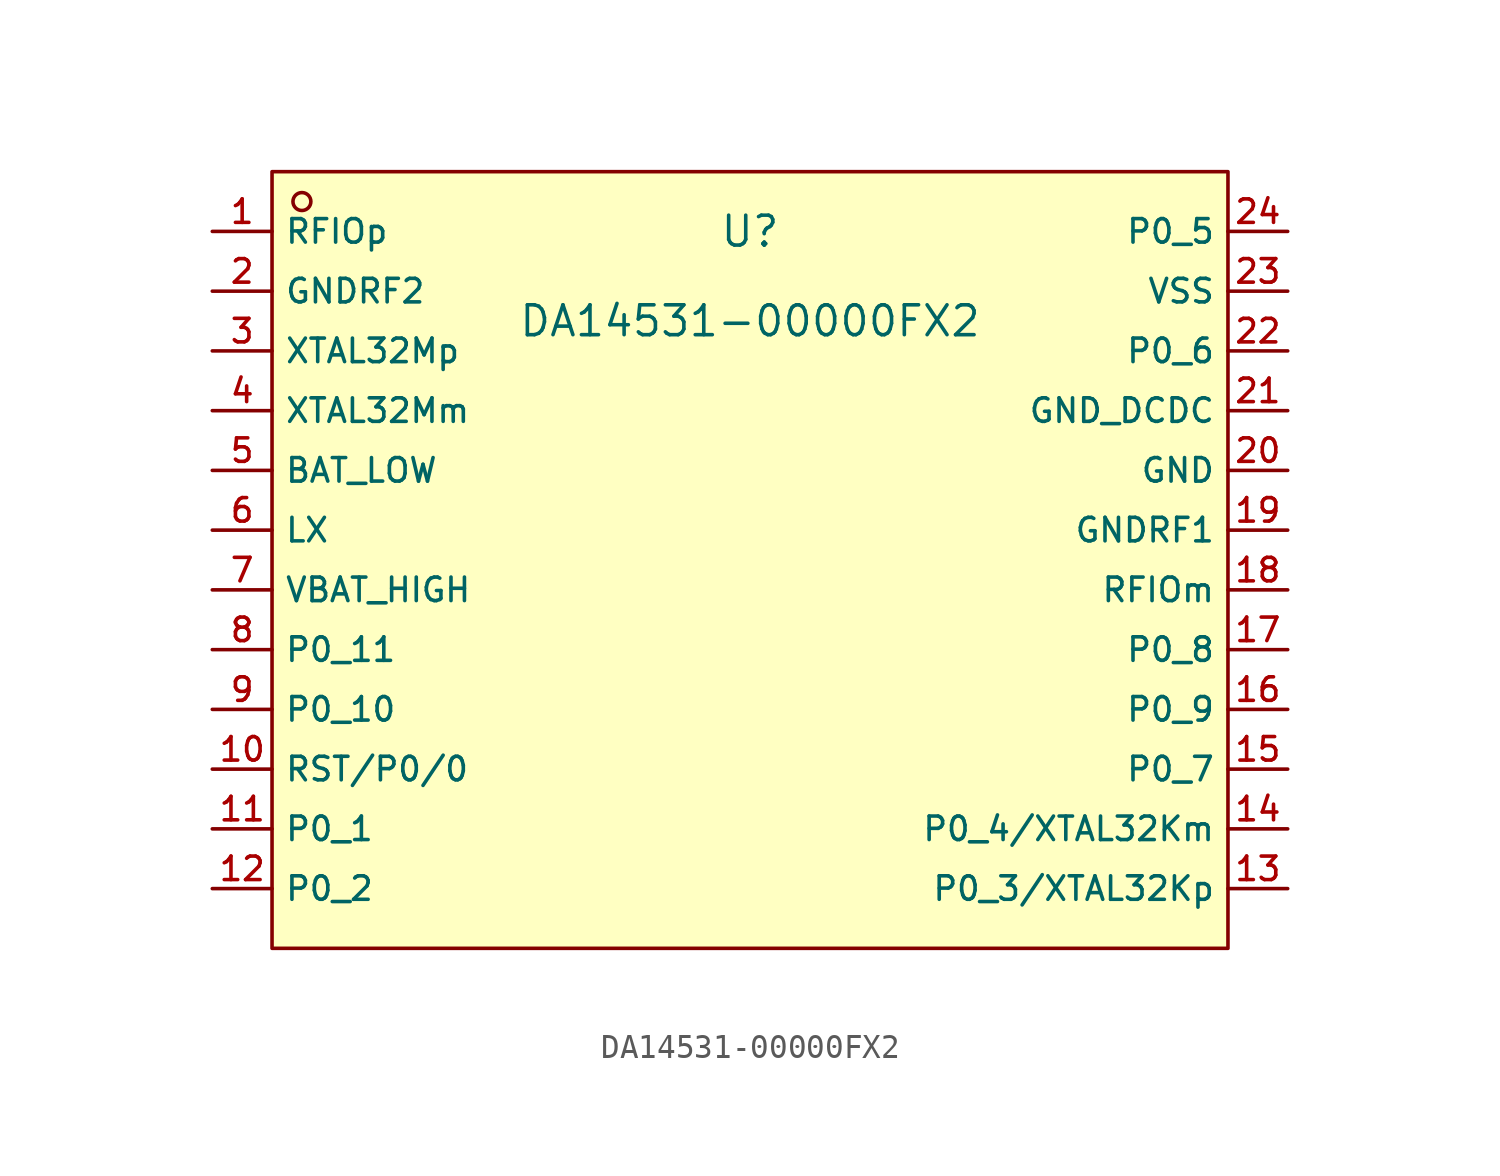
<source format=kicad_sym>
(kicad_symbol_lib
  (version 20210201)
  (generator TousstNicolas/JLC2KiCad_lib)
  (symbol "DA14531-00000FX2"
    (property "Reference" "U"
      (at 0 1.27 0)
      (effects (font (size 1.27 1.27))))
    (property "Value" "DA14531-00000FX2"
      (at 0 -2.54 0)
      (effects (font (size 1.27 1.27))))
    (symbol "DA14531-00000FX2_0_1"
      (rectangle (start -20.32 3.81) (end 20.32 -29.21) (stroke (width 0) (type default) (color 0 0 0 0)) (fill (type background)))
      (circle (center -19.05 2.54) (radius 0.381) (stroke (width 0) (type default) (color 0 0 0 0)) (fill (type background)))
      (pin unspecified line (at -22.86 1.27 0) (length 2.54) (name "RFIOp" (effects (font (size 1 1)))) (number "1" (effects (font (size 1 1)))))
      (pin unspecified line (at -22.86 -1.27 0) (length 2.54) (name "GNDRF2" (effects (font (size 1 1)))) (number "2" (effects (font (size 1 1)))))
      (pin unspecified line (at -22.86 -3.81 0) (length 2.54) (name "XTAL32Mp" (effects (font (size 1 1)))) (number "3" (effects (font (size 1 1)))))
      (pin unspecified line (at -22.86 -6.35 0) (length 2.54) (name "XTAL32Mm" (effects (font (size 1 1)))) (number "4" (effects (font (size 1 1)))))
      (pin unspecified line (at -22.86 -8.89 0) (length 2.54) (name "BAT_LOW" (effects (font (size 1 1)))) (number "5" (effects (font (size 1 1)))))
      (pin unspecified line (at -22.86 -11.43 0) (length 2.54) (name "LX" (effects (font (size 1 1)))) (number "6" (effects (font (size 1 1)))))
      (pin unspecified line (at -22.86 -13.97 0) (length 2.54) (name "VBAT_HIGH" (effects (font (size 1 1)))) (number "7" (effects (font (size 1 1)))))
      (pin unspecified line (at -22.86 -16.51 0) (length 2.54) (name "P0_11" (effects (font (size 1 1)))) (number "8" (effects (font (size 1 1)))))
      (pin unspecified line (at -22.86 -19.05 0) (length 2.54) (name "P0_10" (effects (font (size 1 1)))) (number "9" (effects (font (size 1 1)))))
      (pin unspecified line (at -22.86 -21.59 0) (length 2.54) (name "RST/P0/0" (effects (font (size 1 1)))) (number "10" (effects (font (size 1 1)))))
      (pin unspecified line (at -22.86 -24.13 0) (length 2.54) (name "P0_1" (effects (font (size 1 1)))) (number "11" (effects (font (size 1 1)))))
      (pin unspecified line (at -22.86 -26.67 0) (length 2.54) (name "P0_2" (effects (font (size 1 1)))) (number "12" (effects (font (size 1 1)))))
      (pin unspecified line (at 22.86 -26.67 180) (length 2.54) (name "P0_3/XTAL32Kp" (effects (font (size 1 1)))) (number "13" (effects (font (size 1 1)))))
      (pin unspecified line (at 22.86 -24.13 180) (length 2.54) (name "P0_4/XTAL32Km" (effects (font (size 1 1)))) (number "14" (effects (font (size 1 1)))))
      (pin unspecified line (at 22.86 -21.59 180) (length 2.54) (name "P0_7" (effects (font (size 1 1)))) (number "15" (effects (font (size 1 1)))))
      (pin unspecified line (at 22.86 -19.05 180) (length 2.54) (name "P0_9" (effects (font (size 1 1)))) (number "16" (effects (font (size 1 1)))))
      (pin unspecified line (at 22.86 -16.51 180) (length 2.54) (name "P0_8" (effects (font (size 1 1)))) (number "17" (effects (font (size 1 1)))))
      (pin unspecified line (at 22.86 -13.97 180) (length 2.54) (name "RFIOm" (effects (font (size 1 1)))) (number "18" (effects (font (size 1 1)))))
      (pin unspecified line (at 22.86 -11.43 180) (length 2.54) (name "GNDRF1" (effects (font (size 1 1)))) (number "19" (effects (font (size 1 1)))))
      (pin unspecified line (at 22.86 -8.89 180) (length 2.54) (name "GND" (effects (font (size 1 1)))) (number "20" (effects (font (size 1 1)))))
      (pin unspecified line (at 22.86 -6.35 180) (length 2.54) (name "GND_DCDC" (effects (font (size 1 1)))) (number "21" (effects (font (size 1 1)))))
      (pin unspecified line (at 22.86 -3.81 180) (length 2.54) (name "P0_6" (effects (font (size 1 1)))) (number "22" (effects (font (size 1 1)))))
      (pin unspecified line (at 22.86 -1.27 180) (length 2.54) (name "VSS" (effects (font (size 1 1)))) (number "23" (effects (font (size 1 1)))))
      (pin unspecified line (at 22.86 1.27 180) (length 2.54) (name "P0_5" (effects (font (size 1 1)))) (number "24" (effects (font (size 1 1))))))))
</source>
